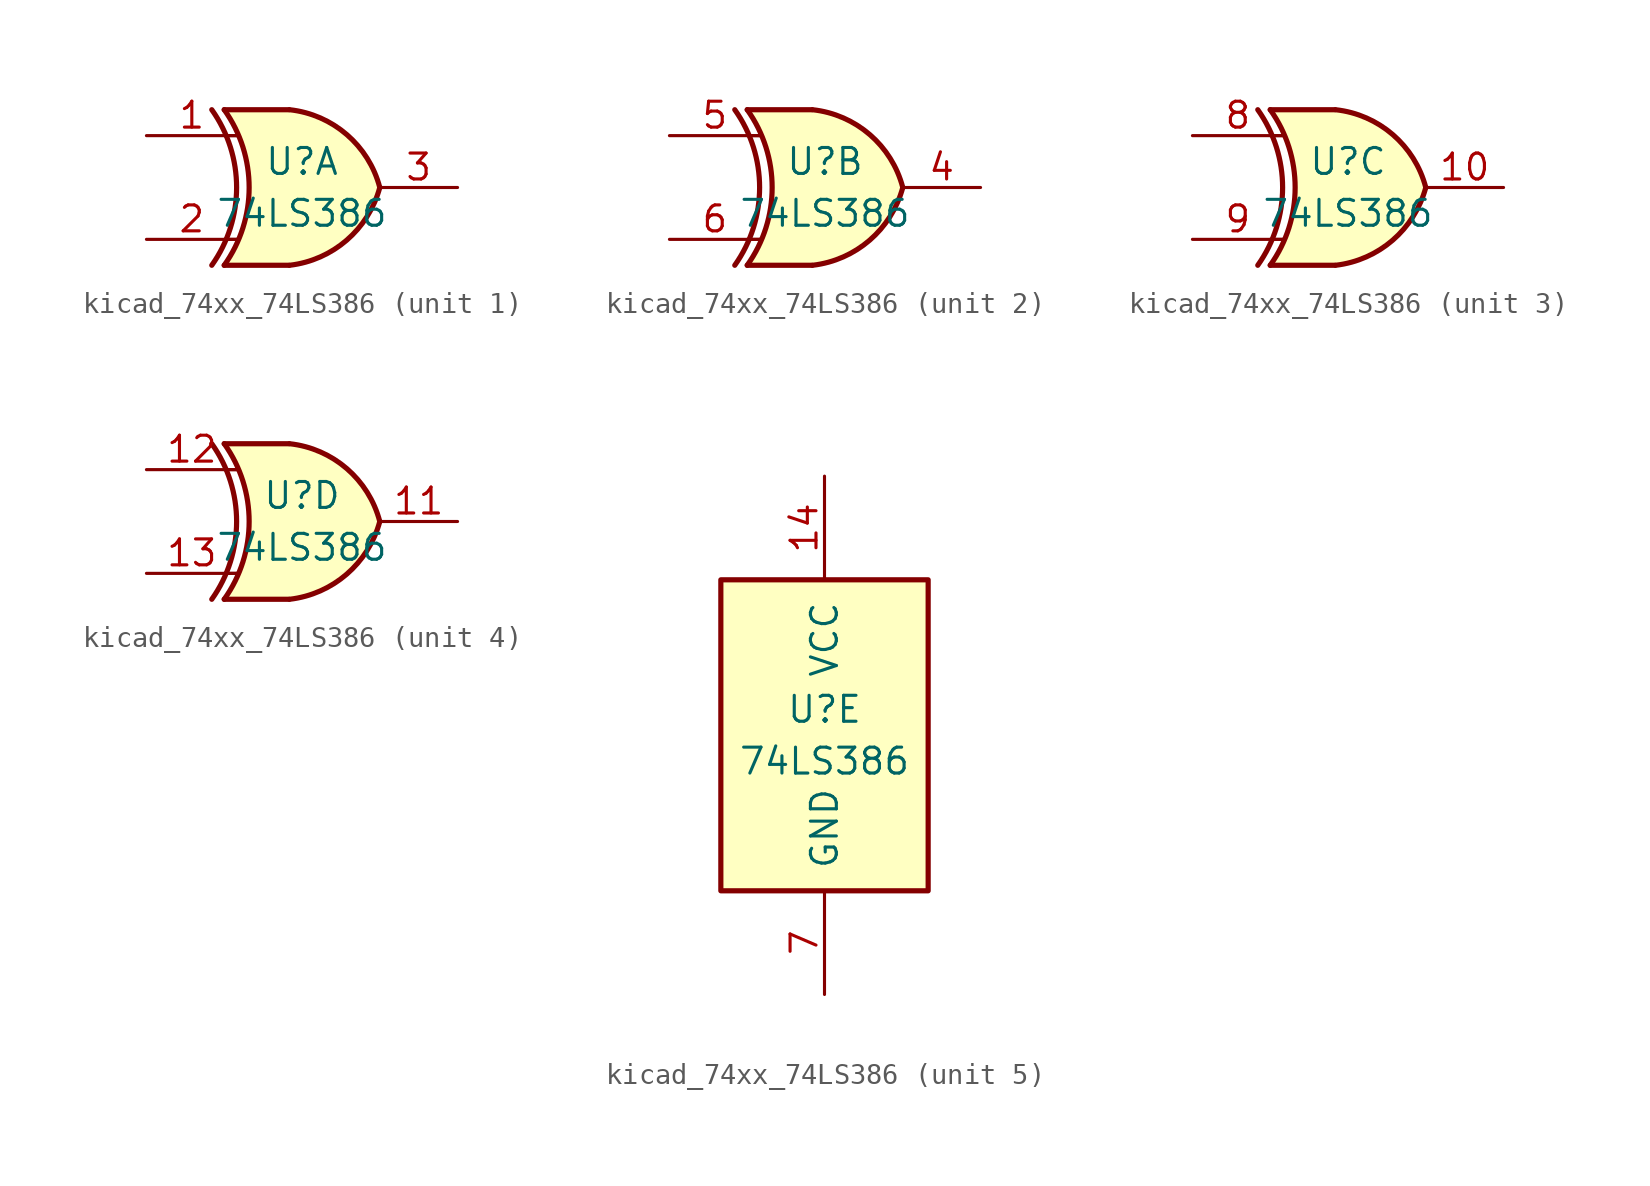
<source format=kicad_sym>
(kicad_symbol_lib
  (version 20220914)
  (generator kicad_symbol_editor)
  (symbol "kicad_74xx_74LS386"
    (pin_names
      (offset 1.016))
    (property "Reference" "U"
      (at 0 1.27 0)
      (effects (font (size 1.27 1.27))))
    (property "Value" "74LS386"
      (at 0 -1.27 0)
      (effects (font (size 1.27 1.27))))
    (property "ki_locked" ""
      (at 0 0 0)
      (effects (font (size 1.27 1.27))))
    (symbol "kicad_74xx_74LS386_1_0"
      (arc (start -4.4196 -3.81) (mid -3.2033 0) (end -4.4196 3.81) (stroke (width 0.254) (type default)) (fill (type none)))
      (arc (start -3.81 -3.81) (mid -2.589 0) (end -3.81 3.81) (stroke (width 0.254) (type default)) (fill (type none)))
      (arc (start -0.6096 -3.81) (mid 2.1842 -2.5851) (end 3.81 0) (stroke (width 0.254) (type default)) (fill (type background)))
      (polyline (pts (xy -3.81 -3.81) (xy -0.635 -3.81)) (stroke (width 0.254) (type default)) (fill (type background)))
      (polyline (pts (xy -3.81 3.81) (xy -0.635 3.81)) (stroke (width 0.254) (type default)) (fill (type background)))
      (polyline (pts (xy -0.635 3.81) (xy -3.81 3.81) (xy -3.81 3.81) (xy -3.556 3.404) (xy -3.023 2.261) (xy -2.692 1.041) (xy -2.616 -0.254) (xy -2.769 -1.499) (xy -3.175 -2.718) (xy -3.81 -3.81) (xy -3.81 -3.81) (xy -0.635 -3.81)) (stroke (width -25.4) (type default)) (fill (type background)))
      (arc (start 3.81 0) (mid 2.1915 2.5936) (end -0.6096 3.81) (stroke (width 0.254) (type default)) (fill (type background)))
      (pin input line (at -7.62 2.54 0) (length 4.445) (name "~" (effects (font (size 1.27 1.27)))) (number "1" (effects (font (size 1.27 1.27)))))
      (pin input line (at -7.62 -2.54 0) (length 4.445) (name "~" (effects (font (size 1.27 1.27)))) (number "2" (effects (font (size 1.27 1.27)))))
      (pin output line (at 7.62 0 180) (length 3.81) (name "~" (effects (font (size 1.27 1.27)))) (number "3" (effects (font (size 1.27 1.27))))))
    (symbol "kicad_74xx_74LS386_1_1"
      (polyline (pts (xy -3.81 -2.54) (xy -3.175 -2.54)) (stroke (width 0.152) (type default)) (fill (type none)))
      (polyline (pts (xy -3.81 2.54) (xy -3.175 2.54)) (stroke (width 0.152) (type default)) (fill (type none))))
    (symbol "kicad_74xx_74LS386_2_0"
      (arc (start -4.4196 -3.81) (mid -3.2033 0) (end -4.4196 3.81) (stroke (width 0.254) (type default)) (fill (type none)))
      (arc (start -3.81 -3.81) (mid -2.589 0) (end -3.81 3.81) (stroke (width 0.254) (type default)) (fill (type none)))
      (arc (start -0.6096 -3.81) (mid 2.1842 -2.5851) (end 3.81 0) (stroke (width 0.254) (type default)) (fill (type background)))
      (polyline (pts (xy -3.81 -3.81) (xy -0.635 -3.81)) (stroke (width 0.254) (type default)) (fill (type background)))
      (polyline (pts (xy -3.81 3.81) (xy -0.635 3.81)) (stroke (width 0.254) (type default)) (fill (type background)))
      (polyline (pts (xy -0.635 3.81) (xy -3.81 3.81) (xy -3.81 3.81) (xy -3.556 3.404) (xy -3.023 2.261) (xy -2.692 1.041) (xy -2.616 -0.254) (xy -2.769 -1.499) (xy -3.175 -2.718) (xy -3.81 -3.81) (xy -3.81 -3.81) (xy -0.635 -3.81)) (stroke (width -25.4) (type default)) (fill (type background)))
      (arc (start 3.81 0) (mid 2.1915 2.5936) (end -0.6096 3.81) (stroke (width 0.254) (type default)) (fill (type background)))
      (pin output line (at 7.62 0 180) (length 3.81) (name "~" (effects (font (size 1.27 1.27)))) (number "4" (effects (font (size 1.27 1.27)))))
      (pin input line (at -7.62 2.54 0) (length 4.445) (name "~" (effects (font (size 1.27 1.27)))) (number "5" (effects (font (size 1.27 1.27)))))
      (pin input line (at -7.62 -2.54 0) (length 4.445) (name "~" (effects (font (size 1.27 1.27)))) (number "6" (effects (font (size 1.27 1.27))))))
    (symbol "kicad_74xx_74LS386_2_1"
      (polyline (pts (xy -3.81 -2.54) (xy -3.175 -2.54)) (stroke (width 0.152) (type default)) (fill (type none)))
      (polyline (pts (xy -3.81 2.54) (xy -3.175 2.54)) (stroke (width 0.152) (type default)) (fill (type none))))
    (symbol "kicad_74xx_74LS386_3_0"
      (arc (start -4.4196 -3.81) (mid -3.2033 0) (end -4.4196 3.81) (stroke (width 0.254) (type default)) (fill (type none)))
      (arc (start -3.81 -3.81) (mid -2.589 0) (end -3.81 3.81) (stroke (width 0.254) (type default)) (fill (type none)))
      (arc (start -0.6096 -3.81) (mid 2.1842 -2.5851) (end 3.81 0) (stroke (width 0.254) (type default)) (fill (type background)))
      (polyline (pts (xy -3.81 -3.81) (xy -0.635 -3.81)) (stroke (width 0.254) (type default)) (fill (type background)))
      (polyline (pts (xy -3.81 3.81) (xy -0.635 3.81)) (stroke (width 0.254) (type default)) (fill (type background)))
      (polyline (pts (xy -0.635 3.81) (xy -3.81 3.81) (xy -3.81 3.81) (xy -3.556 3.404) (xy -3.023 2.261) (xy -2.692 1.041) (xy -2.616 -0.254) (xy -2.769 -1.499) (xy -3.175 -2.718) (xy -3.81 -3.81) (xy -3.81 -3.81) (xy -0.635 -3.81)) (stroke (width -25.4) (type default)) (fill (type background)))
      (arc (start 3.81 0) (mid 2.1915 2.5936) (end -0.6096 3.81) (stroke (width 0.254) (type default)) (fill (type background)))
      (pin output line (at 7.62 0 180) (length 3.81) (name "~" (effects (font (size 1.27 1.27)))) (number "10" (effects (font (size 1.27 1.27)))))
      (pin input line (at -7.62 2.54 0) (length 4.445) (name "~" (effects (font (size 1.27 1.27)))) (number "8" (effects (font (size 1.27 1.27)))))
      (pin input line (at -7.62 -2.54 0) (length 4.445) (name "~" (effects (font (size 1.27 1.27)))) (number "9" (effects (font (size 1.27 1.27))))))
    (symbol "kicad_74xx_74LS386_3_1"
      (polyline (pts (xy -3.81 -2.54) (xy -3.175 -2.54)) (stroke (width 0.152) (type default)) (fill (type none)))
      (polyline (pts (xy -3.81 2.54) (xy -3.175 2.54)) (stroke (width 0.152) (type default)) (fill (type none))))
    (symbol "kicad_74xx_74LS386_4_0"
      (arc (start -4.4196 -3.81) (mid -3.2033 0) (end -4.4196 3.81) (stroke (width 0.254) (type default)) (fill (type none)))
      (arc (start -3.81 -3.81) (mid -2.589 0) (end -3.81 3.81) (stroke (width 0.254) (type default)) (fill (type none)))
      (arc (start -0.6096 -3.81) (mid 2.1842 -2.5851) (end 3.81 0) (stroke (width 0.254) (type default)) (fill (type background)))
      (polyline (pts (xy -3.81 -3.81) (xy -0.635 -3.81)) (stroke (width 0.254) (type default)) (fill (type background)))
      (polyline (pts (xy -3.81 3.81) (xy -0.635 3.81)) (stroke (width 0.254) (type default)) (fill (type background)))
      (polyline (pts (xy -0.635 3.81) (xy -3.81 3.81) (xy -3.81 3.81) (xy -3.556 3.404) (xy -3.023 2.261) (xy -2.692 1.041) (xy -2.616 -0.254) (xy -2.769 -1.499) (xy -3.175 -2.718) (xy -3.81 -3.81) (xy -3.81 -3.81) (xy -0.635 -3.81)) (stroke (width -25.4) (type default)) (fill (type background)))
      (arc (start 3.81 0) (mid 2.1915 2.5936) (end -0.6096 3.81) (stroke (width 0.254) (type default)) (fill (type background)))
      (pin output line (at 7.62 0 180) (length 3.81) (name "~" (effects (font (size 1.27 1.27)))) (number "11" (effects (font (size 1.27 1.27)))))
      (pin input line (at -7.62 2.54 0) (length 4.445) (name "~" (effects (font (size 1.27 1.27)))) (number "12" (effects (font (size 1.27 1.27)))))
      (pin input line (at -7.62 -2.54 0) (length 4.445) (name "~" (effects (font (size 1.27 1.27)))) (number "13" (effects (font (size 1.27 1.27))))))
    (symbol "kicad_74xx_74LS386_4_1"
      (polyline (pts (xy -3.81 -2.54) (xy -3.175 -2.54)) (stroke (width 0.152) (type default)) (fill (type none)))
      (polyline (pts (xy -3.81 2.54) (xy -3.175 2.54)) (stroke (width 0.152) (type default)) (fill (type none))))
    (symbol "kicad_74xx_74LS386_5_0"
      (pin power_in line (at 0 12.7 270) (length 5.08) (name "VCC" (effects (font (size 1.27 1.27)))) (number "14" (effects (font (size 1.27 1.27)))))
      (pin power_in line (at 0 -12.7 90) (length 5.08) (name "GND" (effects (font (size 1.27 1.27)))) (number "7" (effects (font (size 1.27 1.27))))))
    (symbol "kicad_74xx_74LS386_5_1"
      (rectangle (start -5.08 7.62) (end 5.08 -7.62) (stroke (width 0.254) (type default)) (fill (type background))))))
</source>
